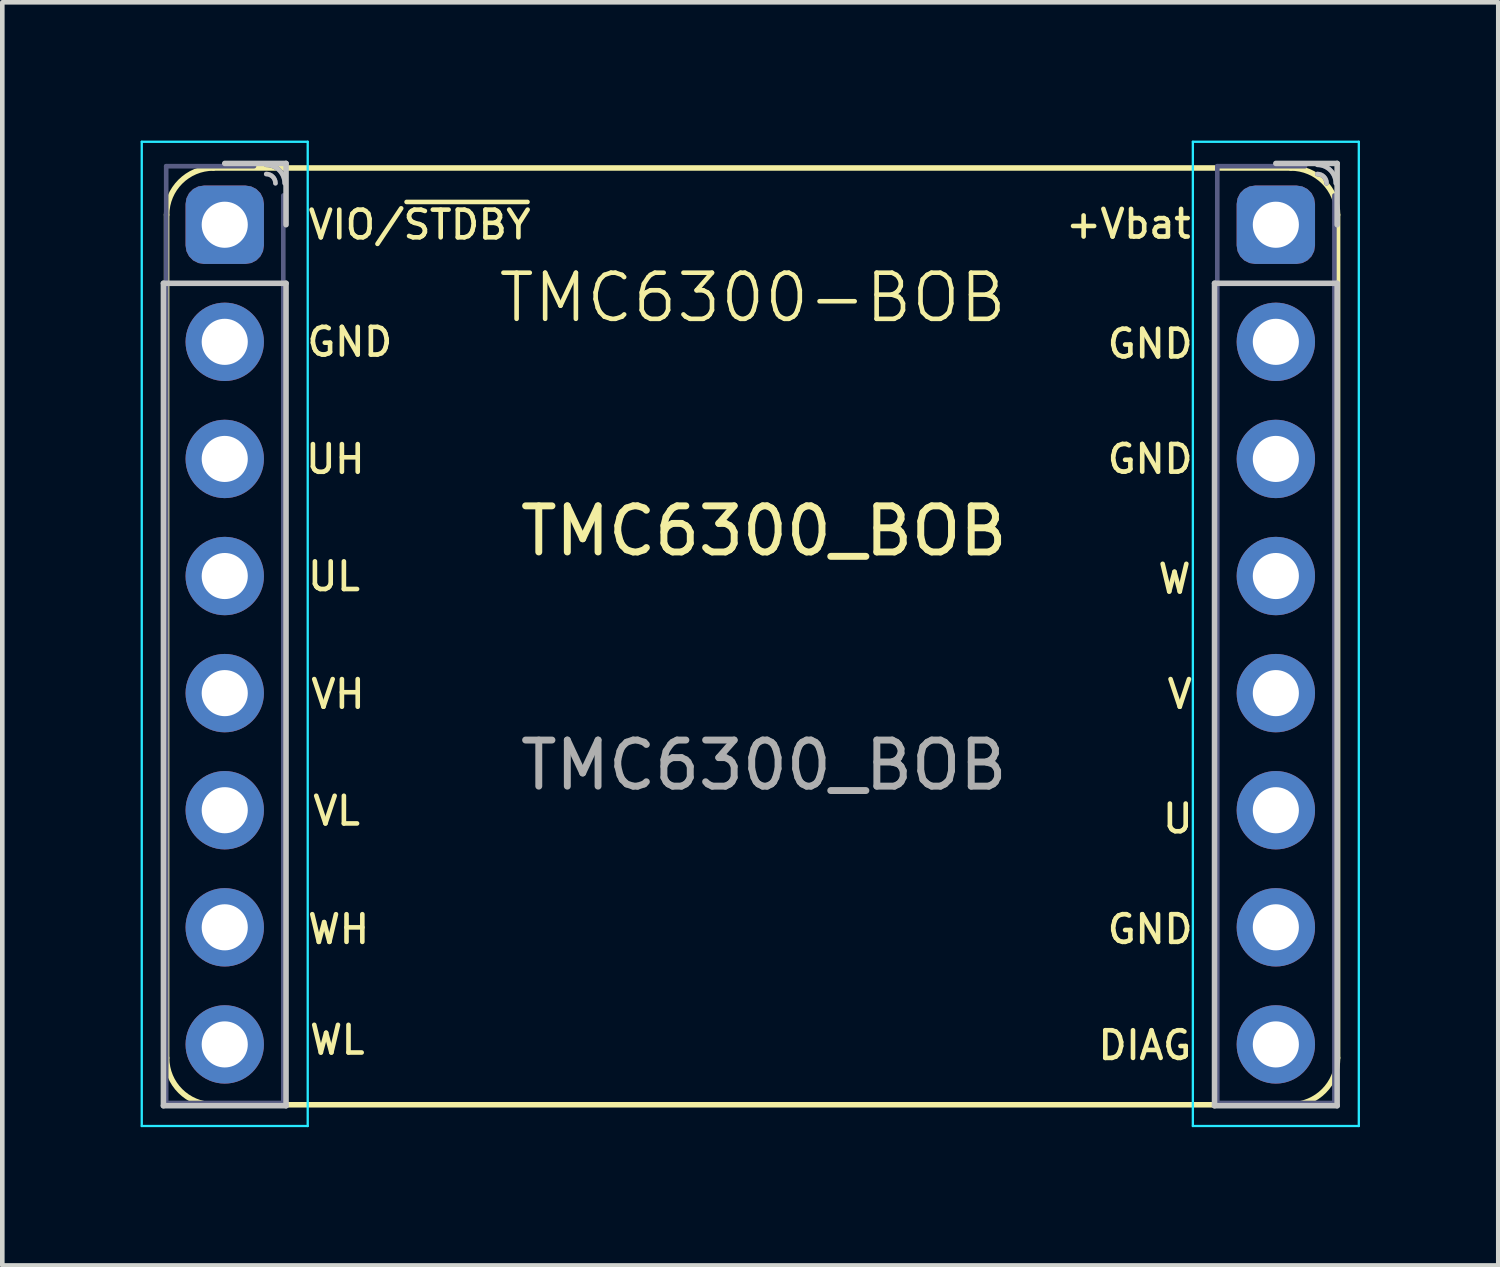
<source format=kicad_pcb>
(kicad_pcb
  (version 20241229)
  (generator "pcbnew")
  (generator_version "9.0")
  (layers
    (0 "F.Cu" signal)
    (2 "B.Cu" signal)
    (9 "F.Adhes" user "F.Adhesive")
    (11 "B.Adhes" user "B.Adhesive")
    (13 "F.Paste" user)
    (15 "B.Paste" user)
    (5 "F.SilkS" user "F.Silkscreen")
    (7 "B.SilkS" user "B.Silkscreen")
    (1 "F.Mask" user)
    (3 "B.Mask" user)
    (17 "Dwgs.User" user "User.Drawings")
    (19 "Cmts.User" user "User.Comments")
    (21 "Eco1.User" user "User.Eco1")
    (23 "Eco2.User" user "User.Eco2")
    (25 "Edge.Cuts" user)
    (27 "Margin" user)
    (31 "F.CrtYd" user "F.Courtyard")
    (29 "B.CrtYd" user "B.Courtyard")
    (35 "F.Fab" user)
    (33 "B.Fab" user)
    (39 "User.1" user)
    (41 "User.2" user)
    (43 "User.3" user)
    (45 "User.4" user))
  (footprint "TMC6300_BOB"
    (layer "F.Cu")
    (at 13.518 11.008)
    (property "Reference" "TMC6300_BOB" (at 0 -2.54 0) (unlocked yes) (layer "F.SilkS") (effects (font (size 1 1) (thickness 0.15))))
    (attr through_hole)
    (fp_line (start -12.954 8.89) (end -12.954 -9.398) (stroke (width 0.12) (type solid)) (layer "F.SilkS"))
    (fp_line (start -11.938 -10.414) (end 11.43 -10.414) (stroke (width 0.12) (type solid)) (layer "F.SilkS"))
    (fp_line (start 11.43 9.906) (end -11.938 9.906) (stroke (width 0.12) (type solid)) (layer "F.SilkS"))
    (fp_line (start 12.446 -9.398) (end 12.446 8.89) (stroke (width 0.12) (type solid)) (layer "F.SilkS"))
    (fp_arc (start -12.954 -9.398) (mid -12.65642 -10.11642) (end -11.938 -10.414) (stroke (width 0.12) (type solid)) (layer "F.SilkS"))
    (fp_arc (start -11.938 9.906) (mid -12.65642 9.60842) (end -12.954 8.89) (stroke (width 0.12) (type solid)) (layer "F.SilkS"))
    (fp_arc (start 11.43 -10.414) (mid 12.14842 -10.11642) (end 12.446 -9.398) (stroke (width 0.12) (type solid)) (layer "F.SilkS"))
    (fp_arc (start 12.446 8.89) (mid 12.14842 9.60842) (end 11.43 9.906) (stroke (width 0.12) (type solid)) (layer "F.SilkS"))
    (fp_line (start -13.023 -7.913) (end -13.023 9.927) (stroke (width 0.12) (type solid)) (layer "Dwgs.User"))
    (fp_line (start -10.363 -10.513) (end -11.693 -10.513) (stroke (width 0.12) (type solid)) (layer "Dwgs.User"))
    (fp_line (start -10.363 -9.183) (end -10.363 -10.513) (stroke (width 0.12) (type solid)) (layer "Dwgs.User"))
    (fp_line (start -10.363 -7.913) (end -13.023 -7.913) (stroke (width 0.12) (type solid)) (layer "Dwgs.User"))
    (fp_line (start -10.363 -7.913) (end -10.363 9.927) (stroke (width 0.12) (type solid)) (layer "Dwgs.User"))
    (fp_line (start -10.363 9.927) (end -13.023 9.927) (stroke (width 0.12) (type solid)) (layer "Dwgs.User"))
    (fp_line (start 9.777 -7.913) (end 9.777 9.927) (stroke (width 0.12) (type solid)) (layer "Dwgs.User"))
    (fp_line (start 12.437 -10.513) (end 11.107 -10.513) (stroke (width 0.12) (type solid)) (layer "Dwgs.User"))
    (fp_line (start 12.437 -9.183) (end 12.437 -10.513) (stroke (width 0.12) (type solid)) (layer "Dwgs.User"))
    (fp_line (start 12.437 -7.913) (end 9.777 -7.913) (stroke (width 0.12) (type solid)) (layer "Dwgs.User"))
    (fp_line (start 12.437 -7.913) (end 12.437 9.927) (stroke (width 0.12) (type solid)) (layer "Dwgs.User"))
    (fp_line (start 12.437 9.927) (end 9.777 9.927) (stroke (width 0.12) (type solid)) (layer "Dwgs.User"))
    (fp_arc (start -10.792893 -10.482893) (mid -10.51005 -10.365736) (end -10.392893 -10.082893) (stroke (width 0.1) (type solid)) (layer "Dwgs.User"))
    (fp_arc (start -10.792893 -10.282893) (mid -10.651472 -10.224314) (end -10.592893 -10.082893) (stroke (width 0.1) (type solid)) (layer "Dwgs.User"))
    (fp_arc (start 12.007107 -10.482893) (mid 12.28995 -10.365736) (end 12.407107 -10.082893) (stroke (width 0.1) (type solid)) (layer "Dwgs.User"))
    (fp_arc (start 12.007107 -10.282893) (mid 12.148528 -10.224314) (end 12.207107 -10.082893) (stroke (width 0.1) (type solid)) (layer "Dwgs.User"))
    (fp_line (start -13.493 -10.983) (end -9.893 -10.983) (stroke (width 0.05) (type solid)) (layer "B.CrtYd"))
    (fp_line (start -13.493 10.367) (end -13.493 -10.983) (stroke (width 0.05) (type solid)) (layer "B.CrtYd"))
    (fp_line (start -9.893 -10.983) (end -9.893 10.367) (stroke (width 0.05) (type solid)) (layer "B.CrtYd"))
    (fp_line (start -9.893 10.367) (end -13.493 10.367) (stroke (width 0.05) (type solid)) (layer "B.CrtYd"))
    (fp_line (start 9.307 -10.983) (end 12.907 -10.983) (stroke (width 0.05) (type solid)) (layer "B.CrtYd"))
    (fp_line (start 9.307 10.367) (end 9.307 -10.983) (stroke (width 0.05) (type solid)) (layer "B.CrtYd"))
    (fp_line (start 12.907 -10.983) (end 12.907 10.367) (stroke (width 0.05) (type solid)) (layer "B.CrtYd"))
    (fp_line (start 12.907 10.367) (end 9.307 10.367) (stroke (width 0.05) (type solid)) (layer "B.CrtYd"))
    (fp_line (start -12.963 -10.453) (end -12.963 9.867) (stroke (width 0.1) (type solid)) (layer "B.Fab"))
    (fp_line (start -12.963 9.867) (end -10.423 9.867) (stroke (width 0.1) (type solid)) (layer "B.Fab"))
    (fp_line (start -11.058 -10.453) (end -12.963 -10.453) (stroke (width 0.1) (type solid)) (layer "B.Fab"))
    (fp_line (start -10.423 9.867) (end -10.423 -9.818) (stroke (width 0.1) (type solid)) (layer "B.Fab"))
    (fp_line (start 9.837 -10.453) (end 9.837 9.867) (stroke (width 0.1) (type solid)) (layer "B.Fab"))
    (fp_line (start 9.837 9.867) (end 12.377 9.867) (stroke (width 0.1) (type solid)) (layer "B.Fab"))
    (fp_line (start 11.742 -10.453) (end 9.837 -10.453) (stroke (width 0.1) (type solid)) (layer "B.Fab"))
    (fp_line (start 12.377 9.867) (end 12.377 -9.818) (stroke (width 0.1) (type solid)) (layer "B.Fab"))
    (fp_arc (start -10.792893 -10.482893) (mid -10.51005 -10.365736) (end -10.392893 -10.082893) (stroke (width 0.1) (type solid)) (layer "B.Fab"))
    (fp_arc (start -10.792893 -10.282893) (mid -10.651472 -10.224314) (end -10.592893 -10.082893) (stroke (width 0.1) (type solid)) (layer "B.Fab"))
    (fp_arc (start 12.007107 -10.482893) (mid 12.28995 -10.365736) (end 12.407107 -10.082893) (stroke (width 0.1) (type solid)) (layer "B.Fab"))
    (fp_arc (start 12.007107 -10.282893) (mid 12.148528 -10.224314) (end 12.207107 -10.082893) (stroke (width 0.1) (type solid)) (layer "B.Fab"))
    (fp_text user "GND" (at -8 -6.64 0) (layer "F.SilkS") (effects (font (size 0.6 0.6) (thickness 0.1)) (justify right)))
    (fp_text user "VIO/~{STDBY}" (at -5 -9.183 0) (layer "F.SilkS") (effects (font (size 0.6 0.6) (thickness 0.1)) (justify right)))
    (fp_text user "GND" (at 7.4 -4.1 0) (layer "F.SilkS") (effects (font (size 0.6 0.6) (thickness 0.1)) (justify left)))
    (fp_text user "W" (at 8.5 -1.5 0) (layer "F.SilkS") (effects (font (size 0.6 0.6) (thickness 0.1)) (justify left)))
    (fp_text user "UL" (at -8.7 -1.554 0) (layer "F.SilkS") (effects (font (size 0.6 0.6) (thickness 0.1)) (justify right)))
    (fp_text user "+Vbat" (at 6.5 -9.2 0) (layer "F.SilkS") (effects (font (size 0.6 0.6) (thickness 0.1)) (justify left)))
    (fp_text user "DIAG" (at 7.2 8.617 0) (layer "F.SilkS") (effects (font (size 0.6 0.6) (thickness 0.1)) (justify left)))
    (fp_text user "TMC6300-BOB" (at -0.243 -7.6 0) (layer "F.SilkS") (effects (font (size 1 1) (thickness 0.1))))
    (fp_text user "U" (at 8.6 3.7 0) (layer "F.SilkS") (effects (font (size 0.6 0.6) (thickness 0.1)) (justify left)))
    (fp_text user "VH" (at -8.6 1 0) (layer "F.SilkS") (effects (font (size 0.6 0.6) (thickness 0.1)) (justify right)))
    (fp_text user "WH" (at -8.5 6.1 0) (layer "F.SilkS") (effects (font (size 0.6 0.6) (thickness 0.1)) (justify right)))
    (fp_text user "VL" (at -8.7 3.531 0) (layer "F.SilkS") (effects (font (size 0.6 0.6) (thickness 0.1)) (justify right)))
    (fp_text user "GND" (at 7.4 6.1 0) (layer "F.SilkS") (effects (font (size 0.6 0.6) (thickness 0.1)) (justify left)))
    (fp_text user "GND" (at 7.4 -6.6 0) (layer "F.SilkS") (effects (font (size 0.6 0.6) (thickness 0.1)) (justify left)))
    (fp_text user "UH" (at -8.6 -4.097 0) (layer "F.SilkS") (effects (font (size 0.6 0.6) (thickness 0.1)) (justify right)))
    (fp_text user "WL" (at -8.6 8.5 0) (layer "F.SilkS") (effects (font (size 0.6 0.6) (thickness 0.1)) (justify right)))
    (fp_text user "V" (at 8.7 1 0) (layer "F.SilkS") (effects (font (size 0.6 0.6) (thickness 0.1)) (justify left)))
    (fp_text user "${REFERENCE}" (at 0 2.54 0) (unlocked yes) (layer "F.Fab") (effects (font (size 1 1) (thickness 0.15))))
    (pad "1" thru_hole roundrect (at -11.693 -9.183 180) (size 1.7 1.7) (drill 1) (layers "*.Cu" "*.Mask") (roundrect_rratio 0.235))
    (pad "2" thru_hole oval (at -11.693 -6.643 180) (size 1.7 1.7) (drill 1) (layers "*.Cu" "*.Mask"))
    (pad "3" thru_hole oval (at -11.693 -4.103 180) (size 1.7 1.7) (drill 1) (layers "*.Cu" "*.Mask"))
    (pad "4" thru_hole oval (at -11.693 -1.563 180) (size 1.7 1.7) (drill 1) (layers "*.Cu" "*.Mask"))
    (pad "5" thru_hole oval (at -11.693 0.977 180) (size 1.7 1.7) (drill 1) (layers "*.Cu" "*.Mask"))
    (pad "6" thru_hole oval (at -11.693 3.517 180) (size 1.7 1.7) (drill 1) (layers "*.Cu" "*.Mask"))
    (pad "7" thru_hole oval (at -11.693 6.057 180) (size 1.7 1.7) (drill 1) (layers "*.Cu" "*.Mask"))
    (pad "8" thru_hole oval (at -11.693 8.597 180) (size 1.7 1.7) (drill 1) (layers "*.Cu" "*.Mask"))
    (pad "9" thru_hole roundrect (at 11.107 -9.183 180) (size 1.7 1.7) (drill 1) (layers "*.Cu" "*.Mask") (roundrect_rratio 0.235))
    (pad "10" thru_hole oval (at 11.107 -6.643 180) (size 1.7 1.7) (drill 1) (layers "*.Cu" "*.Mask"))
    (pad "11" thru_hole oval (at 11.107 -4.103 180) (size 1.7 1.7) (drill 1) (layers "*.Cu" "*.Mask"))
    (pad "12" thru_hole oval (at 11.107 -1.563 180) (size 1.7 1.7) (drill 1) (layers "*.Cu" "*.Mask"))
    (pad "13" thru_hole oval (at 11.107 0.977 180) (size 1.7 1.7) (drill 1) (layers "*.Cu" "*.Mask"))
    (pad "14" thru_hole oval (at 11.107 3.517 180) (size 1.7 1.7) (drill 1) (layers "*.Cu" "*.Mask"))
    (pad "15" thru_hole oval (at 11.107 6.057 180) (size 1.7 1.7) (drill 1) (layers "*.Cu" "*.Mask"))
    (pad "16" thru_hole oval (at 11.107 8.597 180) (size 1.7 1.7) (drill 1) (layers "*.Cu" "*.Mask")))
  (gr_rect
    (start -3 -3)
    (end 29.45 24.4)
    (stroke (width 0.1) (type default))
    (fill no)
    (layer "Edge.Cuts")))
</source>
